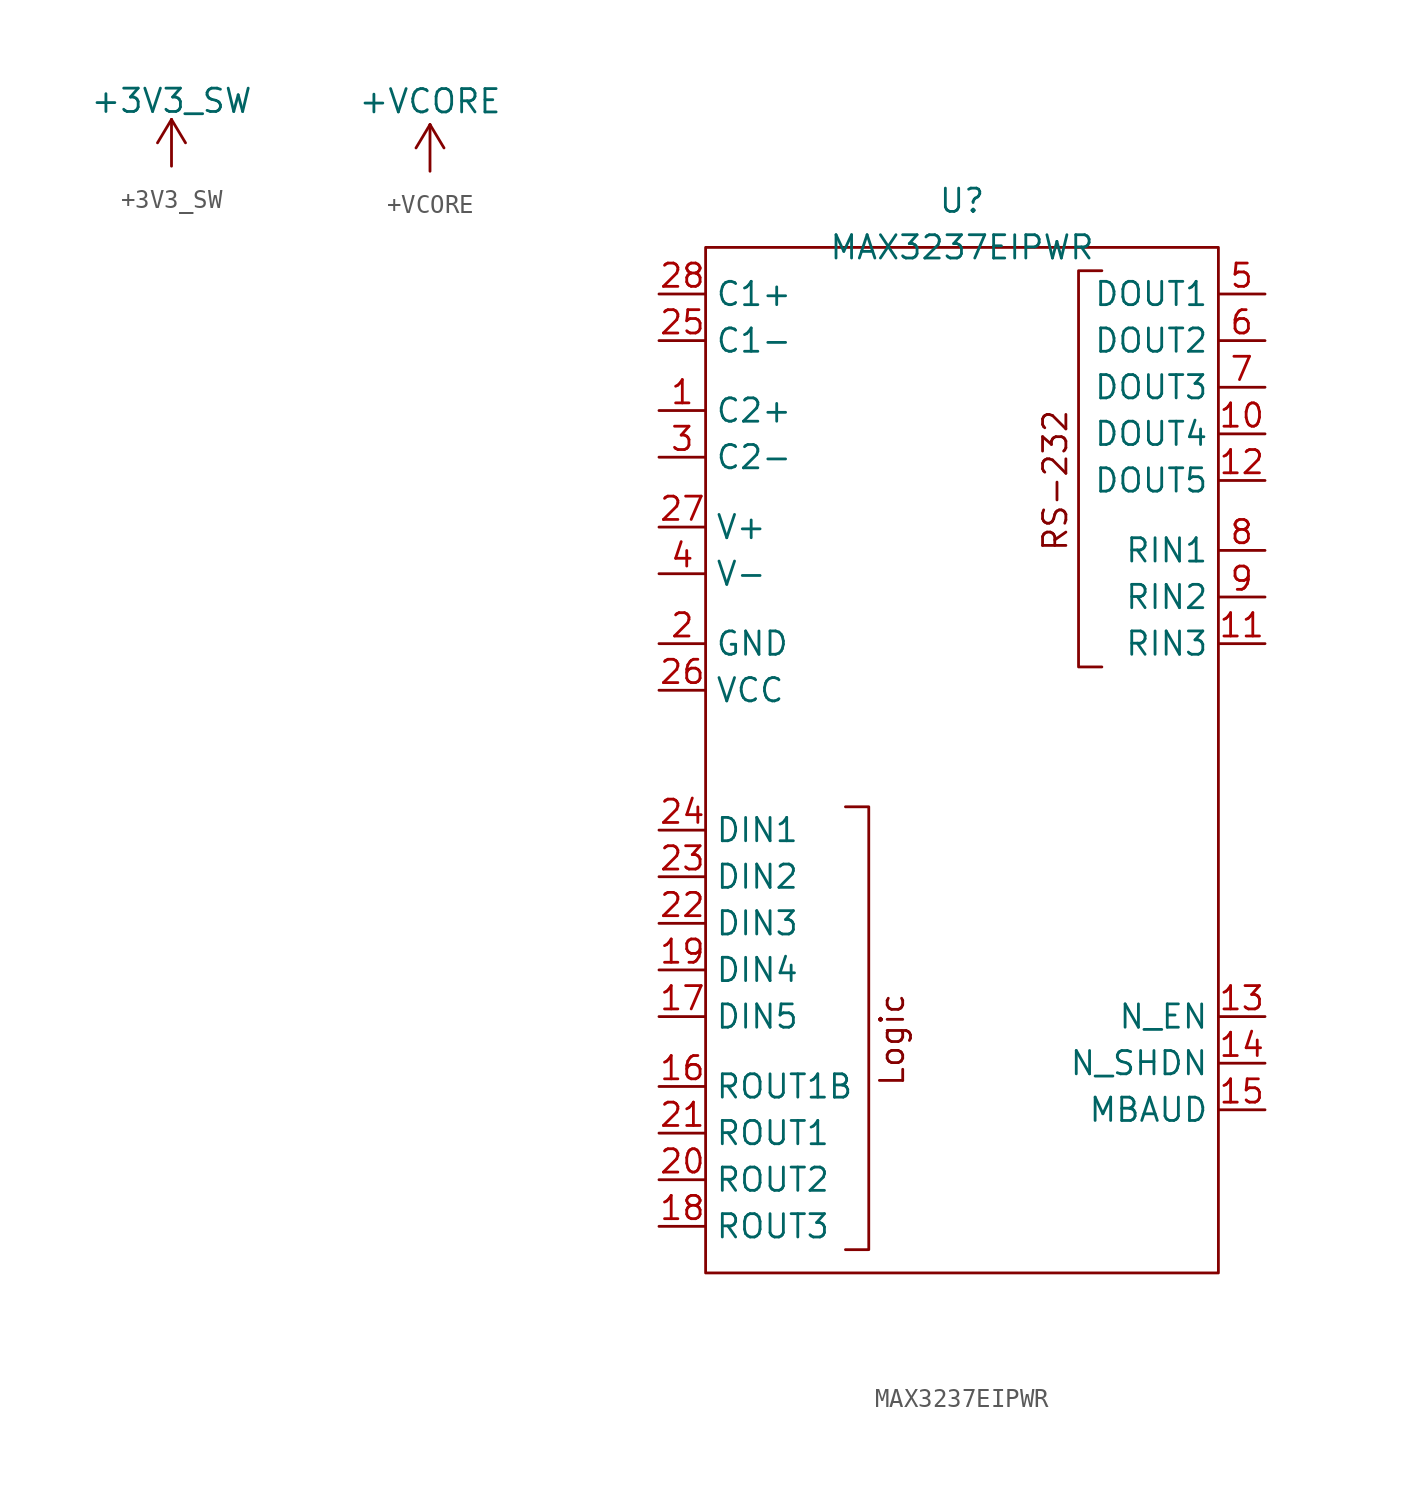
<source format=kicad_sym>
(kicad_symbol_lib
  (version 20231120)
  (generator "kicad_symbol_editor")
  (generator_version "8.0")
  (symbol "+3V3_SW"
    (power)
    (pin_names
      (offset 0))
    (property "Reference" "#PWR"
      (at 0 -3.81 0)
      (effects (font (size 1.27 1.27)) (hide yes)))
    (property "Value" "+3V3_SW"
      (at 0 3.556 0)
      (effects (font (size 1.27 1.27))))
    (symbol "+3V3_SW_0_1"
      (polyline (pts (xy -0.762 1.27) (xy 0 2.54)) (stroke (width 0) (type default)) (fill (type none)))
      (polyline (pts (xy 0 0) (xy 0 2.54)) (stroke (width 0) (type default)) (fill (type none)))
      (polyline (pts (xy 0 2.54) (xy 0.762 1.27)) (stroke (width 0) (type default)) (fill (type none))))
    (symbol "+3V3_SW_1_1"
      (pin power_in line (at 0 0 90) (length 0) hide (name "+3V3_SW" (effects (font (size 1.27 1.27)))) (number "1" (effects (font (size 1.27 1.27)))))))
  (symbol "+VCORE"
    (power)
    (property "Reference" "#PWR"
      (at 3.81 -2.54 0)
      (effects (font (size 1.27 1.27)) (hide yes)))
    (property "Value" "+VCORE"
      (at 0 3.81 0)
      (effects (font (size 1.27 1.27))))
    (symbol "+VCORE_0_1"
      (polyline (pts (xy -0.762 1.27) (xy 0 2.54)) (stroke (width 0) (type default)) (fill (type none)))
      (polyline (pts (xy 0 0) (xy 0 2.54)) (stroke (width 0) (type default)) (fill (type none)))
      (polyline (pts (xy 0 2.54) (xy 0.762 1.27)) (stroke (width 0) (type default)) (fill (type none))))
    (symbol "+VCORE_1_1"
      (pin power_in line (at 0 0 90) (length 0) hide (name "+VCORE" (effects (font (size 1.27 1.27)))) (number "1" (effects (font (size 1.27 1.27)))))))
  (symbol "MAX3237EIPWR"
    (property "Reference" "U"
      (at 0 2.54 0)
      (effects (font (size 1.27 1.27))))
    (property "Value" "MAX3237EIPWR"
      (at 0 0 0)
      (effects (font (size 1.27 1.27))))
    (symbol "MAX3237EIPWR_0_1"
      (rectangle (start -13.97 0) (end 13.97 -55.88) (stroke (width 0) (type default)) (fill (type none)))
      (polyline (pts (xy -6.35 -54.61) (xy -5.08 -54.61) (xy -5.08 -30.48) (xy -6.35 -30.48)) (stroke (width 0) (type default)) (fill (type none)))
      (polyline (pts (xy 7.62 -1.27) (xy 6.35 -1.27) (xy 6.35 -22.86) (xy 7.62 -22.86)) (stroke (width 0) (type default)) (fill (type none))))
    (symbol "MAX3237EIPWR_1_1"
      (text "Logic" (at -3.81 -43.18 900) (effects (font (size 1.27 1.27))))
      (text "RS-232" (at 5.08 -12.7 900) (effects (font (size 1.27 1.27))))
      (pin unspecified line (at -16.51 -8.89 0) (length 2.54) (name "C2+" (effects (font (size 1.27 1.27)))) (number "1" (effects (font (size 1.27 1.27)))))
      (pin output line (at 16.51 -10.16 180) (length 2.54) (name "DOUT4" (effects (font (size 1.27 1.27)))) (number "10" (effects (font (size 1.27 1.27)))))
      (pin input line (at 16.51 -21.59 180) (length 2.54) (name "RIN3" (effects (font (size 1.27 1.27)))) (number "11" (effects (font (size 1.27 1.27)))))
      (pin output line (at 16.51 -12.7 180) (length 2.54) (name "DOUT5" (effects (font (size 1.27 1.27)))) (number "12" (effects (font (size 1.27 1.27)))))
      (pin input line (at 16.51 -41.91 180) (length 2.54) (name "N_EN" (effects (font (size 1.27 1.27)))) (number "13" (effects (font (size 1.27 1.27)))))
      (pin input line (at 16.51 -44.45 180) (length 2.54) (name "N_SHDN" (effects (font (size 1.27 1.27)))) (number "14" (effects (font (size 1.27 1.27)))))
      (pin input line (at 16.51 -46.99 180) (length 2.54) (name "MBAUD" (effects (font (size 1.27 1.27)))) (number "15" (effects (font (size 1.27 1.27)))))
      (pin output line (at -16.51 -45.72 0) (length 2.54) (name "ROUT1B" (effects (font (size 1.27 1.27)))) (number "16" (effects (font (size 1.27 1.27)))))
      (pin input line (at -16.51 -41.91 0) (length 2.54) (name "DIN5" (effects (font (size 1.27 1.27)))) (number "17" (effects (font (size 1.27 1.27)))))
      (pin output line (at -16.51 -53.34 0) (length 2.54) (name "ROUT3" (effects (font (size 1.27 1.27)))) (number "18" (effects (font (size 1.27 1.27)))))
      (pin input line (at -16.51 -39.37 0) (length 2.54) (name "DIN4" (effects (font (size 1.27 1.27)))) (number "19" (effects (font (size 1.27 1.27)))))
      (pin unspecified line (at -16.51 -21.59 0) (length 2.54) (name "GND" (effects (font (size 1.27 1.27)))) (number "2" (effects (font (size 1.27 1.27)))))
      (pin output line (at -16.51 -50.8 0) (length 2.54) (name "ROUT2" (effects (font (size 1.27 1.27)))) (number "20" (effects (font (size 1.27 1.27)))))
      (pin output line (at -16.51 -48.26 0) (length 2.54) (name "ROUT1" (effects (font (size 1.27 1.27)))) (number "21" (effects (font (size 1.27 1.27)))))
      (pin input line (at -16.51 -36.83 0) (length 2.54) (name "DIN3" (effects (font (size 1.27 1.27)))) (number "22" (effects (font (size 1.27 1.27)))))
      (pin input line (at -16.51 -34.29 0) (length 2.54) (name "DIN2" (effects (font (size 1.27 1.27)))) (number "23" (effects (font (size 1.27 1.27)))))
      (pin input line (at -16.51 -31.75 0) (length 2.54) (name "DIN1" (effects (font (size 1.27 1.27)))) (number "24" (effects (font (size 1.27 1.27)))))
      (pin unspecified line (at -16.51 -5.08 0) (length 2.54) (name "C1-" (effects (font (size 1.27 1.27)))) (number "25" (effects (font (size 1.27 1.27)))))
      (pin power_in line (at -16.51 -24.13 0) (length 2.54) (name "VCC" (effects (font (size 1.27 1.27)))) (number "26" (effects (font (size 1.27 1.27)))))
      (pin power_in line (at -16.51 -15.24 0) (length 2.54) (name "V+" (effects (font (size 1.27 1.27)))) (number "27" (effects (font (size 1.27 1.27)))))
      (pin unspecified line (at -16.51 -2.54 0) (length 2.54) (name "C1+" (effects (font (size 1.27 1.27)))) (number "28" (effects (font (size 1.27 1.27)))))
      (pin unspecified line (at -16.51 -11.43 0) (length 2.54) (name "C2-" (effects (font (size 1.27 1.27)))) (number "3" (effects (font (size 1.27 1.27)))))
      (pin unspecified line (at -16.51 -17.78 0) (length 2.54) (name "V-" (effects (font (size 1.27 1.27)))) (number "4" (effects (font (size 1.27 1.27)))))
      (pin output line (at 16.51 -2.54 180) (length 2.54) (name "DOUT1" (effects (font (size 1.27 1.27)))) (number "5" (effects (font (size 1.27 1.27)))))
      (pin output line (at 16.51 -5.08 180) (length 2.54) (name "DOUT2" (effects (font (size 1.27 1.27)))) (number "6" (effects (font (size 1.27 1.27)))))
      (pin output line (at 16.51 -7.62 180) (length 2.54) (name "DOUT3" (effects (font (size 1.27 1.27)))) (number "7" (effects (font (size 1.27 1.27)))))
      (pin input line (at 16.51 -16.51 180) (length 2.54) (name "RIN1" (effects (font (size 1.27 1.27)))) (number "8" (effects (font (size 1.27 1.27)))))
      (pin input line (at 16.51 -19.05 180) (length 2.54) (name "RIN2" (effects (font (size 1.27 1.27)))) (number "9" (effects (font (size 1.27 1.27))))))))
</source>
